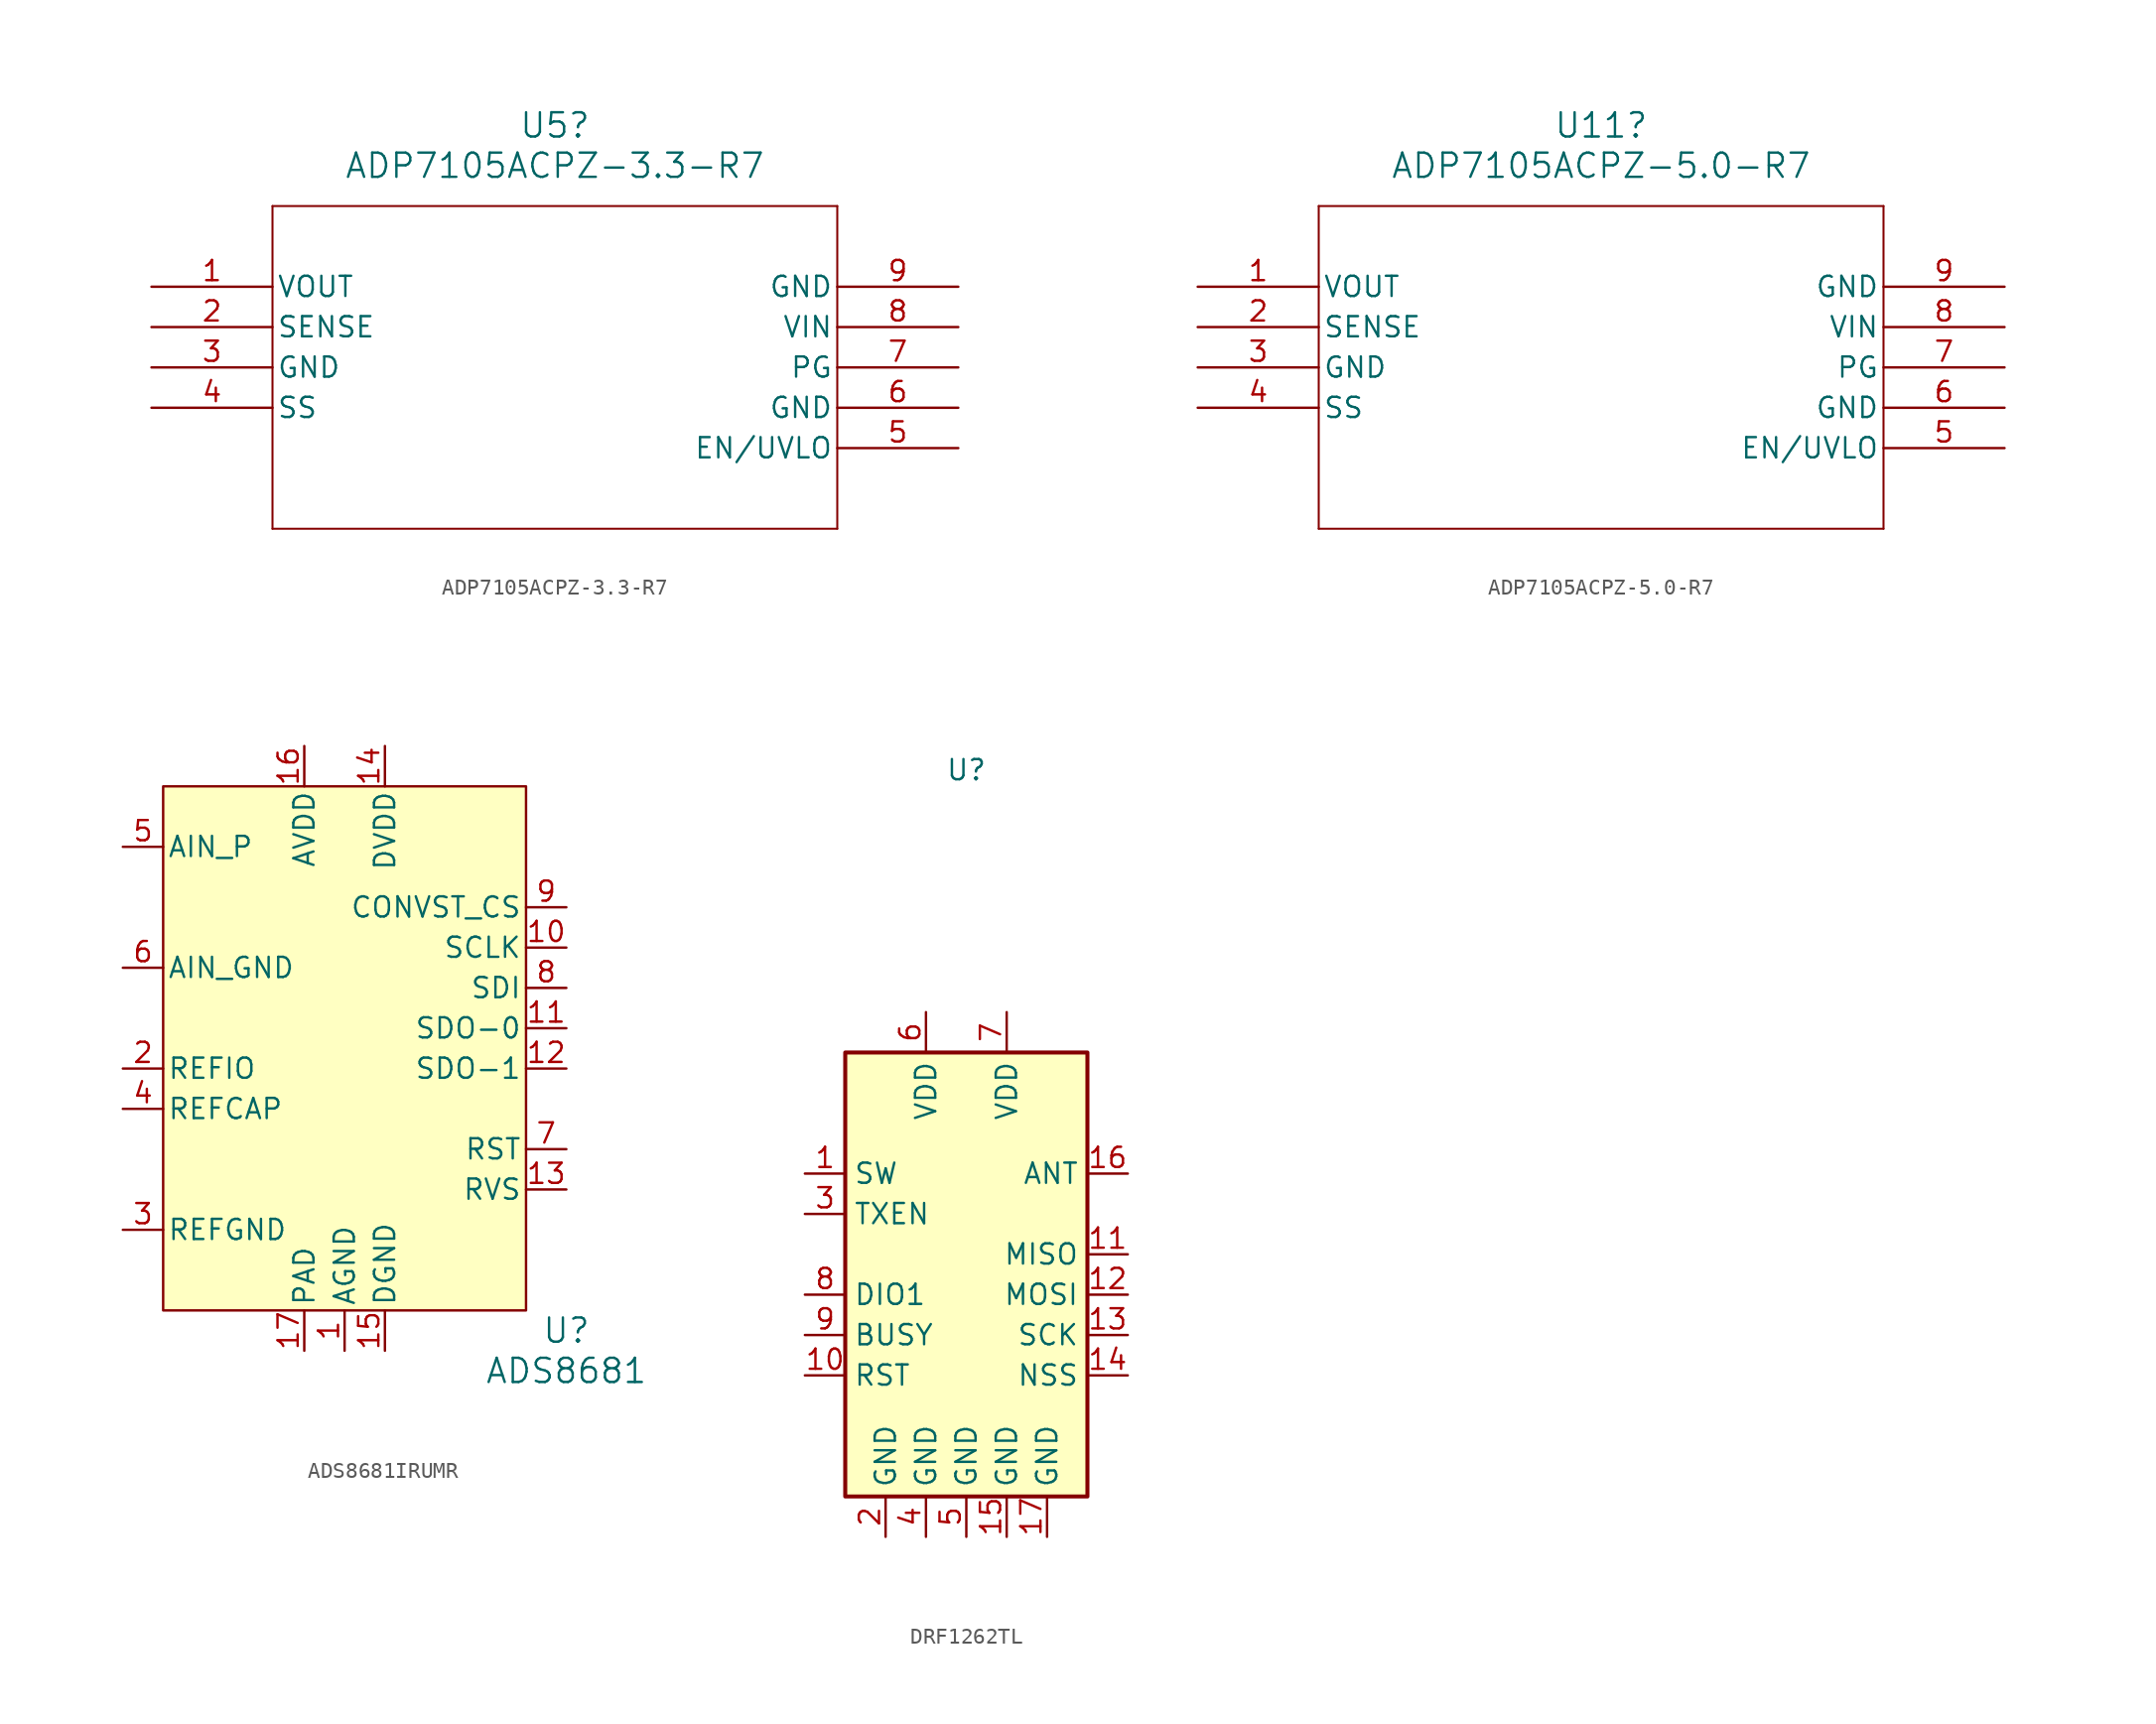
<source format=kicad_sym>
(kicad_symbol_lib
  (version 20231120)
  (generator "kicad_symbol_editor")
  (generator_version "8.0")
  (symbol "ADP7105ACPZ-3.3-R7"
    (pin_names
      (offset 0.254))
    (property "Reference" "U5"
      (at 25.4 10.16 0)
      (effects (font (size 1.524 1.524))))
    (property "Value" "ADP7105ACPZ-3.3-R7"
      (at 25.4 7.62 0)
      (effects (font (size 1.524 1.524))))
    (property "ki_locked" ""
      (at 0 0 0)
      (effects (font (size 1.27 1.27))))
    (symbol "ADP7105ACPZ-3.3-R7_0_1"
      (polyline (pts (xy 7.62 -15.24) (xy 43.18 -15.24)) (stroke (width 0.127) (type default)) (fill (type none)))
      (polyline (pts (xy 7.62 5.08) (xy 7.62 -15.24)) (stroke (width 0.127) (type default)) (fill (type none)))
      (polyline (pts (xy 43.18 -15.24) (xy 43.18 5.08)) (stroke (width 0.127) (type default)) (fill (type none)))
      (polyline (pts (xy 43.18 5.08) (xy 7.62 5.08)) (stroke (width 0.127) (type default)) (fill (type none)))
      (pin output line (at 0 0 0) (length 7.62) (name "VOUT" (effects (font (size 1.27 1.27)))) (number "1" (effects (font (size 1.27 1.27)))))
      (pin unspecified line (at 0 -2.54 0) (length 7.62) (name "SENSE" (effects (font (size 1.27 1.27)))) (number "2" (effects (font (size 1.27 1.27)))))
      (pin power_out line (at 0 -5.08 0) (length 7.62) (name "GND" (effects (font (size 1.27 1.27)))) (number "3" (effects (font (size 1.27 1.27)))))
      (pin unspecified line (at 0 -7.62 0) (length 7.62) (name "SS" (effects (font (size 1.27 1.27)))) (number "4" (effects (font (size 1.27 1.27)))))
      (pin input line (at 50.8 -10.16 180) (length 7.62) (name "EN/UVLO" (effects (font (size 1.27 1.27)))) (number "5" (effects (font (size 1.27 1.27)))))
      (pin power_out line (at 50.8 -7.62 180) (length 7.62) (name "GND" (effects (font (size 1.27 1.27)))) (number "6" (effects (font (size 1.27 1.27)))))
      (pin output line (at 50.8 -5.08 180) (length 7.62) (name "PG" (effects (font (size 1.27 1.27)))) (number "7" (effects (font (size 1.27 1.27)))))
      (pin power_in line (at 50.8 -2.54 180) (length 7.62) (name "VIN" (effects (font (size 1.27 1.27)))) (number "8" (effects (font (size 1.27 1.27)))))
      (pin power_out line (at 50.8 0 180) (length 7.62) (name "GND" (effects (font (size 1.27 1.27)))) (number "9" (effects (font (size 1.27 1.27)))))))
  (symbol "ADP7105ACPZ-5.0-R7"
    (pin_names
      (offset 0.254))
    (property "Reference" "U11"
      (at 25.4 10.16 0)
      (effects (font (size 1.524 1.524))))
    (property "Value" "ADP7105ACPZ-5.0-R7"
      (at 25.4 7.62 0)
      (effects (font (size 1.524 1.524))))
    (property "ki_locked" ""
      (at 0 0 0)
      (effects (font (size 1.27 1.27))))
    (symbol "ADP7105ACPZ-5.0-R7_0_1"
      (polyline (pts (xy 7.62 -15.24) (xy 43.18 -15.24)) (stroke (width 0.127) (type default)) (fill (type none)))
      (polyline (pts (xy 7.62 5.08) (xy 7.62 -15.24)) (stroke (width 0.127) (type default)) (fill (type none)))
      (polyline (pts (xy 43.18 -15.24) (xy 43.18 5.08)) (stroke (width 0.127) (type default)) (fill (type none)))
      (polyline (pts (xy 43.18 5.08) (xy 7.62 5.08)) (stroke (width 0.127) (type default)) (fill (type none)))
      (pin output line (at 0 0 0) (length 7.62) (name "VOUT" (effects (font (size 1.27 1.27)))) (number "1" (effects (font (size 1.27 1.27)))))
      (pin unspecified line (at 0 -2.54 0) (length 7.62) (name "SENSE" (effects (font (size 1.27 1.27)))) (number "2" (effects (font (size 1.27 1.27)))))
      (pin power_out line (at 0 -5.08 0) (length 7.62) (name "GND" (effects (font (size 1.27 1.27)))) (number "3" (effects (font (size 1.27 1.27)))))
      (pin unspecified line (at 0 -7.62 0) (length 7.62) (name "SS" (effects (font (size 1.27 1.27)))) (number "4" (effects (font (size 1.27 1.27)))))
      (pin input line (at 50.8 -10.16 180) (length 7.62) (name "EN/UVLO" (effects (font (size 1.27 1.27)))) (number "5" (effects (font (size 1.27 1.27)))))
      (pin power_out line (at 50.8 -7.62 180) (length 7.62) (name "GND" (effects (font (size 1.27 1.27)))) (number "6" (effects (font (size 1.27 1.27)))))
      (pin output line (at 50.8 -5.08 180) (length 7.62) (name "PG" (effects (font (size 1.27 1.27)))) (number "7" (effects (font (size 1.27 1.27)))))
      (pin power_in line (at 50.8 -2.54 180) (length 7.62) (name "VIN" (effects (font (size 1.27 1.27)))) (number "8" (effects (font (size 1.27 1.27)))))
      (pin power_out line (at 50.8 0 180) (length 7.62) (name "GND" (effects (font (size 1.27 1.27)))) (number "9" (effects (font (size 1.27 1.27)))))))
  (symbol "ADS8681IRUMR"
    (pin_names
      (offset 0.254))
    (property "Reference" "U"
      (at 13.97 -13.97 0)
      (effects (font (size 1.524 1.524))))
    (property "Value" "ADS8681"
      (at 13.97 -16.51 0)
      (effects (font (size 1.524 1.524))))
    (property "ki_locked" ""
      (at 0 0 0)
      (effects (font (size 1.27 1.27))))
    (symbol "ADS8681IRUMR_0_1"
      (pin power_in line (at 0 -15.24 90) (length 2.54) (name "AGND" (effects (font (size 1.27 1.27)))) (number "1" (effects (font (size 1.27 1.27)))))
      (pin input line (at 13.97 10.16 180) (length 2.54) (name "SCLK" (effects (font (size 1.27 1.27)))) (number "10" (effects (font (size 1.27 1.27)))))
      (pin output line (at 13.97 5.08 180) (length 2.54) (name "SDO-0" (effects (font (size 1.27 1.27)))) (number "11" (effects (font (size 1.27 1.27)))))
      (pin output line (at 13.97 -5.08 180) (length 2.54) (name "RVS" (effects (font (size 1.27 1.27)))) (number "13" (effects (font (size 1.27 1.27)))))
      (pin power_in line (at 2.54 22.86 270) (length 2.54) (name "DVDD" (effects (font (size 1.27 1.27)))) (number "14" (effects (font (size 1.27 1.27)))))
      (pin power_in line (at 2.54 -15.24 90) (length 2.54) (name "DGND" (effects (font (size 1.27 1.27)))) (number "15" (effects (font (size 1.27 1.27)))))
      (pin power_in line (at -2.54 22.86 270) (length 2.54) (name "AVDD" (effects (font (size 1.27 1.27)))) (number "16" (effects (font (size 1.27 1.27)))))
      (pin power_in line (at -2.54 -15.24 90) (length 2.54) (name "PAD" (effects (font (size 1.27 1.27)))) (number "17" (effects (font (size 1.27 1.27)))))
      (pin bidirectional line (at -13.97 2.54 0) (length 2.54) (name "REFIO" (effects (font (size 1.27 1.27)))) (number "2" (effects (font (size 1.27 1.27)))))
      (pin power_in line (at -13.97 -7.62 0) (length 2.54) (name "REFGND" (effects (font (size 1.27 1.27)))) (number "3" (effects (font (size 1.27 1.27)))))
      (pin unspecified line (at -13.97 0 0) (length 2.54) (name "REFCAP" (effects (font (size 1.27 1.27)))) (number "4" (effects (font (size 1.27 1.27)))))
      (pin input line (at -13.97 16.51 0) (length 2.54) (name "AIN_P" (effects (font (size 1.27 1.27)))) (number "5" (effects (font (size 1.27 1.27)))))
      (pin input line (at -13.97 8.89 0) (length 2.54) (name "AIN_GND" (effects (font (size 1.27 1.27)))) (number "6" (effects (font (size 1.27 1.27)))))
      (pin input line (at 13.97 7.62 180) (length 2.54) (name "SDI" (effects (font (size 1.27 1.27)))) (number "8" (effects (font (size 1.27 1.27))))))
    (symbol "ADS8681IRUMR_1_1"
      (rectangle (start -11.43 20.32) (end 11.43 -12.7) (stroke (width 0) (type default)) (fill (type background)))
      (pin output line (at 13.97 2.54 180) (length 2.54) (name "SDO-1" (effects (font (size 1.27 1.27)))) (number "12" (effects (font (size 1.27 1.27)))))
      (pin input line (at 13.97 -2.54 180) (length 2.54) (name "RST" (effects (font (size 1.27 1.27)))) (number "7" (effects (font (size 1.27 1.27)))))
      (pin input line (at 13.97 12.7 180) (length 2.54) (name "CONVST_CS" (effects (font (size 1.27 1.27)))) (number "9" (effects (font (size 1.27 1.27)))))))
  (symbol "DRF1262TL"
    (property "Reference" "U"
      (at 0 27.94 0)
      (effects (font (size 1.27 1.27))))
    (property "Value" ""
      (at 0 5.08 0)
      (effects (font (size 1.27 1.27))))
    (symbol "DRF1262TL_1_1"
      (rectangle (start -7.62 10.16) (end 7.62 -17.78) (stroke (width 0.254) (type default)) (fill (type background)))
      (pin input line (at -10.16 2.54 0) (length 2.54) (name "SW" (effects (font (size 1.27 1.27)))) (number "1" (effects (font (size 1.27 1.27)))))
      (pin input line (at -10.16 -10.16 0) (length 2.54) (name "RST" (effects (font (size 1.27 1.27)))) (number "10" (effects (font (size 1.27 1.27)))))
      (pin output line (at 10.16 -2.54 180) (length 2.54) (name "MISO" (effects (font (size 1.27 1.27)))) (number "11" (effects (font (size 1.27 1.27)))))
      (pin input line (at 10.16 -5.08 180) (length 2.54) (name "MOSI" (effects (font (size 1.27 1.27)))) (number "12" (effects (font (size 1.27 1.27)))))
      (pin input line (at 10.16 -7.62 180) (length 2.54) (name "SCK" (effects (font (size 1.27 1.27)))) (number "13" (effects (font (size 1.27 1.27)))))
      (pin input line (at 10.16 -10.16 180) (length 2.54) (name "NSS" (effects (font (size 1.27 1.27)))) (number "14" (effects (font (size 1.27 1.27)))))
      (pin unspecified line (at 2.54 -20.32 90) (length 2.54) (name "GND" (effects (font (size 1.27 1.27)))) (number "15" (effects (font (size 1.27 1.27)))))
      (pin bidirectional line (at 10.16 2.54 180) (length 2.54) (name "ANT" (effects (font (size 1.27 1.27)))) (number "16" (effects (font (size 1.27 1.27)))))
      (pin unspecified line (at 5.08 -20.32 90) (length 2.54) (name "GND" (effects (font (size 1.27 1.27)))) (number "17" (effects (font (size 1.27 1.27)))))
      (pin unspecified line (at -5.08 -20.32 90) (length 2.54) (name "GND" (effects (font (size 1.27 1.27)))) (number "2" (effects (font (size 1.27 1.27)))))
      (pin input line (at -10.16 0 0) (length 2.54) (name "TXEN" (effects (font (size 1.27 1.27)))) (number "3" (effects (font (size 1.27 1.27)))))
      (pin unspecified line (at -2.54 -20.32 90) (length 2.54) (name "GND" (effects (font (size 1.27 1.27)))) (number "4" (effects (font (size 1.27 1.27)))))
      (pin unspecified line (at 0 -20.32 90) (length 2.54) (name "GND" (effects (font (size 1.27 1.27)))) (number "5" (effects (font (size 1.27 1.27)))))
      (pin power_in line (at -2.54 12.7 270) (length 2.54) (name "VDD" (effects (font (size 1.27 1.27)))) (number "6" (effects (font (size 1.27 1.27)))))
      (pin power_in line (at 2.54 12.7 270) (length 2.54) (name "VDD" (effects (font (size 1.27 1.27)))) (number "7" (effects (font (size 1.27 1.27)))))
      (pin bidirectional line (at -10.16 -5.08 0) (length 2.54) (name "DIO1" (effects (font (size 1.27 1.27)))) (number "8" (effects (font (size 1.27 1.27)))))
      (pin bidirectional line (at -10.16 -7.62 0) (length 2.54) (name "BUSY" (effects (font (size 1.27 1.27)))) (number "9" (effects (font (size 1.27 1.27))))))))
</source>
